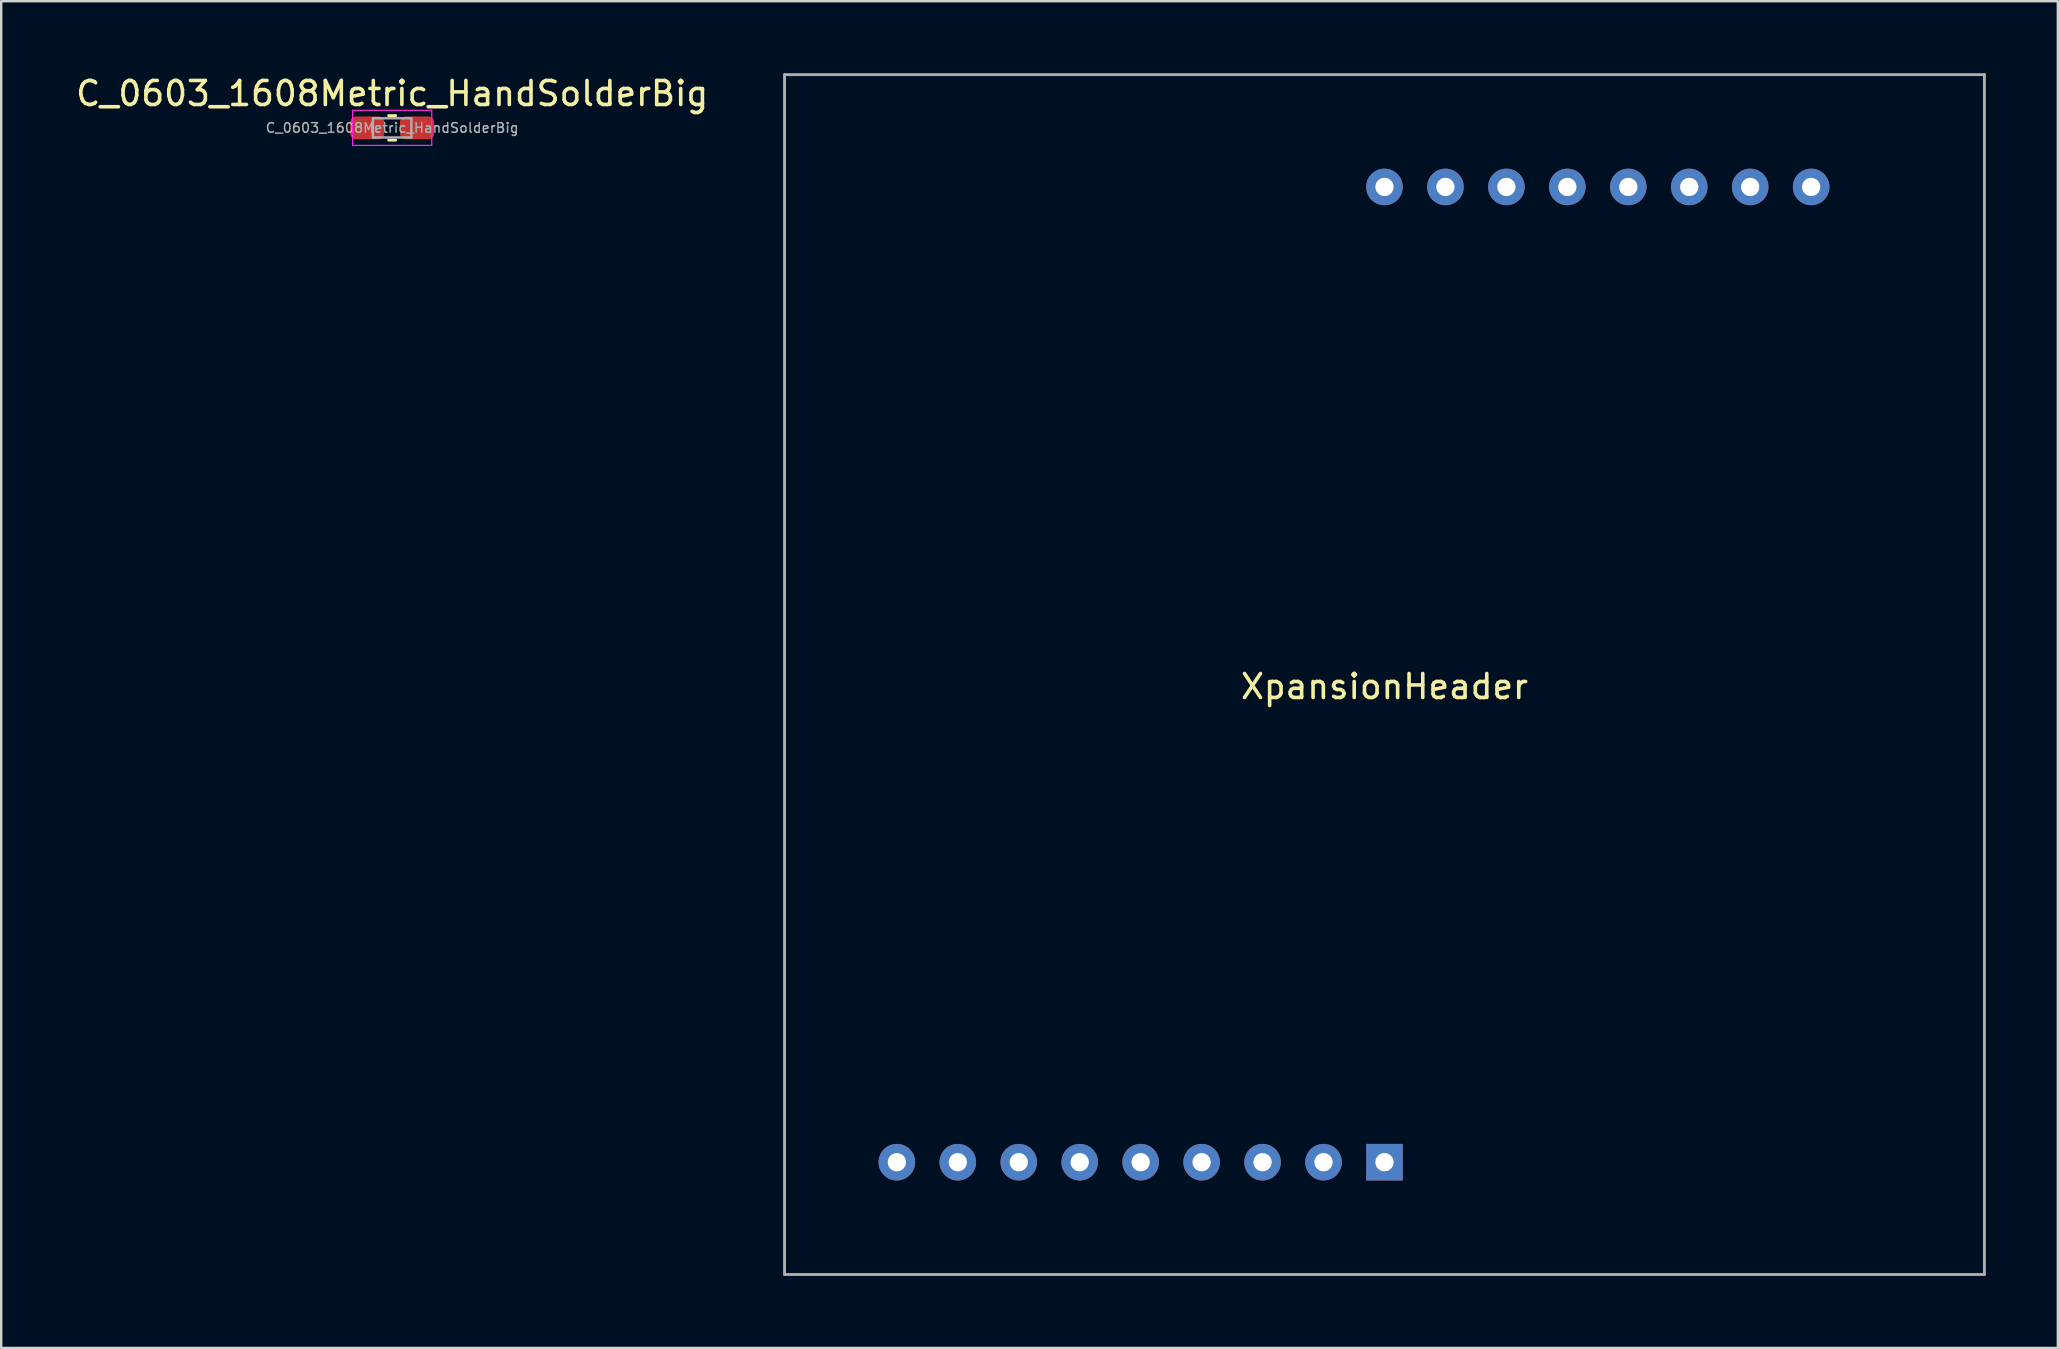
<source format=kicad_pcb>
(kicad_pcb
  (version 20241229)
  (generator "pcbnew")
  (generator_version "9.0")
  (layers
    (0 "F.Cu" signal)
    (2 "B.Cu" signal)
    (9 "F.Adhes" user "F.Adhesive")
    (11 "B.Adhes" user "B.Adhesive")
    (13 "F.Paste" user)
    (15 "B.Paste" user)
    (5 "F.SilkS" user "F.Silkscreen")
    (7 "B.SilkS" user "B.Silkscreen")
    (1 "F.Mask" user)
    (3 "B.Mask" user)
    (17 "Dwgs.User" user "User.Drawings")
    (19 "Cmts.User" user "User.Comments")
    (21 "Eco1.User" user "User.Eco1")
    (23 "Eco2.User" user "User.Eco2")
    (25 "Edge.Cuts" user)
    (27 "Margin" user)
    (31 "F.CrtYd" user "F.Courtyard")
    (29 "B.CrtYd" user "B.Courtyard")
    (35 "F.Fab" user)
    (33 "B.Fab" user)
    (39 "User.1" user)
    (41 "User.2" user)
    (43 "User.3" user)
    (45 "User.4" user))
  (footprint "C_0603_1608Metric_HandSolderBig"
    (layer "F.Cu")
    (at 13.292 2.278)
    (property "Reference" "C_0603_1608Metric_HandSolderBig" (at 0 -1.43 0) (layer "F.SilkS") (effects (font (size 1 1) (thickness 0.15))))
    (attr smd)
    (fp_line (start -0.146 -0.51) (end 0.146 -0.51) (stroke (width 0.12) (type solid)) (layer "F.SilkS"))
    (fp_line (start -0.146 0.51) (end 0.146 0.51) (stroke (width 0.12) (type solid)) (layer "F.SilkS"))
    (fp_line (start -1.65 -0.73) (end 1.65 -0.73) (stroke (width 0.05) (type solid)) (layer "F.CrtYd"))
    (fp_line (start -1.65 0.73) (end -1.65 -0.73) (stroke (width 0.05) (type solid)) (layer "F.CrtYd"))
    (fp_line (start 1.65 -0.73) (end 1.65 0.73) (stroke (width 0.05) (type solid)) (layer "F.CrtYd"))
    (fp_line (start 1.65 0.73) (end -1.65 0.73) (stroke (width 0.05) (type solid)) (layer "F.CrtYd"))
    (fp_line (start -0.8 -0.4) (end 0.8 -0.4) (stroke (width 0.1) (type solid)) (layer "F.Fab"))
    (fp_line (start -0.8 0.4) (end -0.8 -0.4) (stroke (width 0.1) (type solid)) (layer "F.Fab"))
    (fp_line (start 0.8 -0.4) (end 0.8 0.4) (stroke (width 0.1) (type solid)) (layer "F.Fab"))
    (fp_line (start 0.8 0.4) (end -0.8 0.4) (stroke (width 0.1) (type solid)) (layer "F.Fab"))
    (fp_text user "${REFERENCE}" (at 0 0 0) (layer "F.Fab") (effects (font (size 0.4 0.4) (thickness 0.06))))
    (pad "1" smd roundrect (at -1.038 0) (size 1.425 0.95) (layers "F.Cu" "F.Mask" "F.Paste") (roundrect_rratio 0.25))
    (pad "2" smd roundrect (at 1.038 0) (size 1.425 0.95) (layers "F.Cu" "F.Mask" "F.Paste") (roundrect_rratio 0.25)))
  (footprint "XpansionHeader"
    (layer "F.Cu")
    (at 54.643 25.06)
    (property "Reference" "XpansionHeader" (at 0 0.5 0) (layer "F.SilkS") (effects (font (size 1 1) (thickness 0.15))))
    (attr through_hole)
    (fp_line (start -25 -25) (end -25 25) (stroke (width 0.12) (type solid)) (layer "F.Fab"))
    (fp_line (start -25 -25) (end 25 -25) (stroke (width 0.12) (type solid)) (layer "F.Fab"))
    (fp_line (start -25 25) (end 25 25) (stroke (width 0.12) (type solid)) (layer "F.Fab"))
    (fp_line (start 25 -25) (end 25 25) (stroke (width 0.12) (type solid)) (layer "F.Fab"))
    (pad "1" thru_hole circle (at 17.78 -20.32) (size 1.524 1.524) (drill 0.762) (layers "*.Cu" "*.Mask"))
    (pad "2" thru_hole circle (at 15.24 -20.32) (size 1.524 1.524) (drill 0.762) (layers "*.Cu" "*.Mask"))
    (pad "3" thru_hole circle (at 12.7 -20.32) (size 1.524 1.524) (drill 0.762) (layers "*.Cu" "*.Mask"))
    (pad "4" thru_hole circle (at 10.16 -20.32) (size 1.524 1.524) (drill 0.762) (layers "*.Cu" "*.Mask"))
    (pad "6" thru_hole circle (at 7.62 -20.32) (size 1.524 1.524) (drill 0.762) (layers "*.Cu" "*.Mask"))
    (pad "7" thru_hole circle (at 5.08 -20.32) (size 1.524 1.524) (drill 0.762) (layers "*.Cu" "*.Mask"))
    (pad "8" thru_hole circle (at 2.54 -20.32) (size 1.524 1.524) (drill 0.762) (layers "*.Cu" "*.Mask"))
    (pad "9" thru_hole circle (at 0 -20.32) (size 1.524 1.524) (drill 0.762) (layers "*.Cu" "*.Mask"))
    (pad "10" thru_hole rect (at 0 20.32 90) (size 1.524 1.524) (drill 0.762) (layers "*.Cu" "*.Mask"))
    (pad "11" thru_hole circle (at -2.54 20.32) (size 1.524 1.524) (drill 0.762) (layers "*.Cu" "*.Mask"))
    (pad "12" thru_hole circle (at -5.08 20.32 90) (size 1.524 1.524) (drill 0.762) (layers "*.Cu" "*.Mask"))
    (pad "13" thru_hole circle (at -7.62 20.32) (size 1.524 1.524) (drill 0.762) (layers "*.Cu" "*.Mask"))
    (pad "14" thru_hole circle (at -10.16 20.32) (size 1.524 1.524) (drill 0.762) (layers "*.Cu" "*.Mask"))
    (pad "15" thru_hole circle (at -12.7 20.32) (size 1.524 1.524) (drill 0.762) (layers "*.Cu" "*.Mask"))
    (pad "16" thru_hole circle (at -15.24 20.32) (size 1.524 1.524) (drill 0.762) (layers "*.Cu" "*.Mask"))
    (pad "17" thru_hole circle (at -17.78 20.32) (size 1.524 1.524) (drill 0.762) (layers "*.Cu" "*.Mask"))
    (pad "18" thru_hole circle (at -20.32 20.32) (size 1.524 1.524) (drill 0.762) (layers "*.Cu" "*.Mask")))
  (gr_rect
    (start -3 -3)
    (end 82.703 53.12)
    (stroke (width 0.1) (type default))
    (fill no)
    (layer "Edge.Cuts")))
</source>
